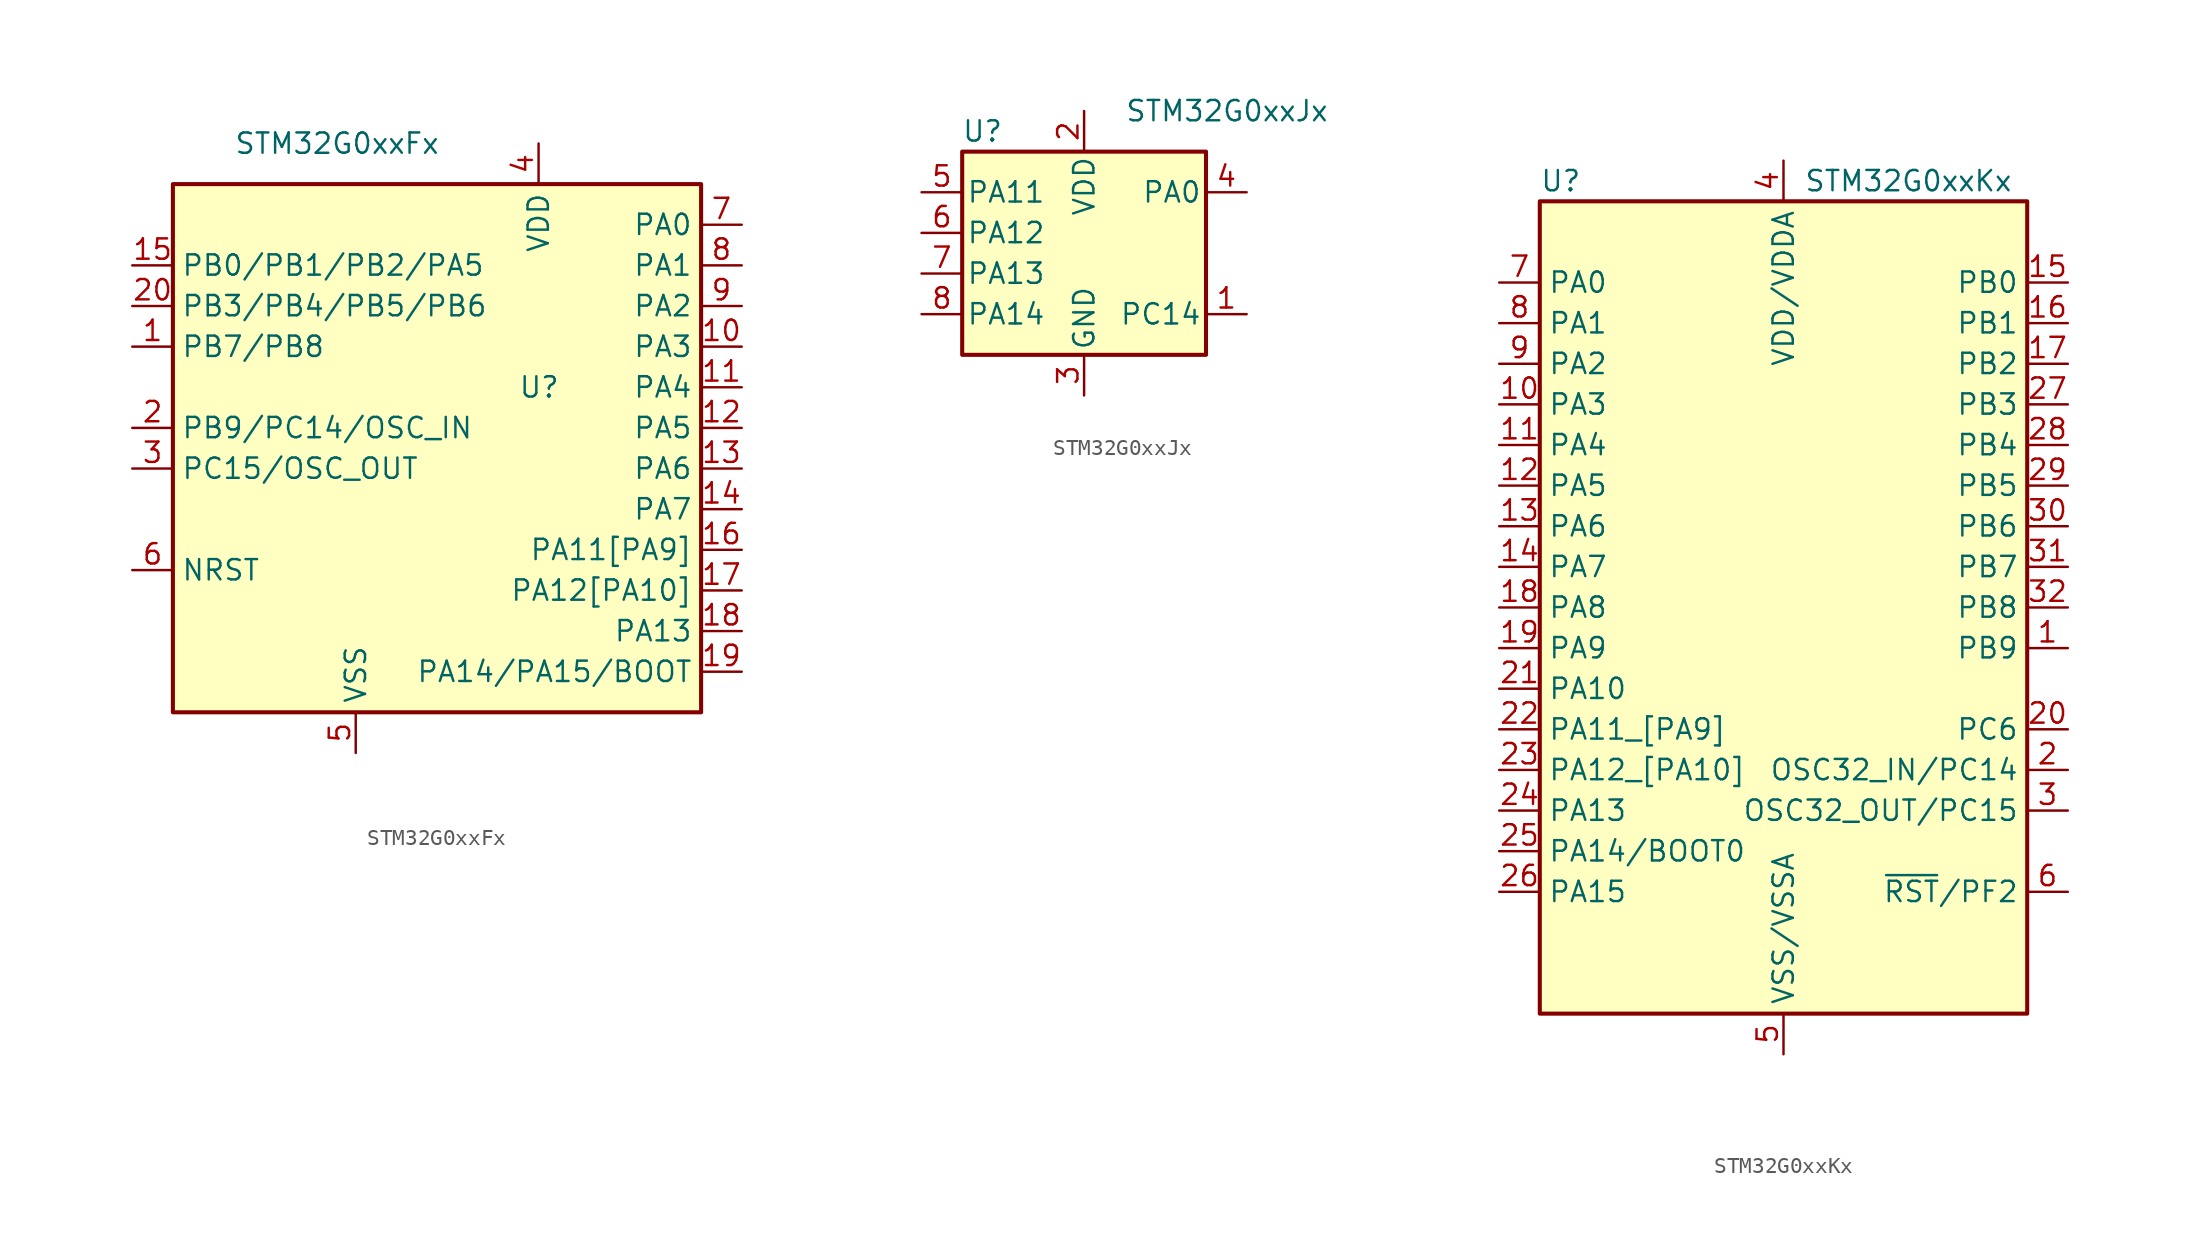
<source format=kicad_sym>
(kicad_symbol_lib
  (version 20220914)
  (generator kicad_symbol_editor)
  (symbol "STM32G0xxFx"
    (property "Reference" "U"
      (at -1.27 2.54 0)
      (effects (font (size 1.27 1.27)) (justify left)))
    (property "Value" "STM32G0xxFx"
      (at -19.05 17.78 0)
      (effects (font (size 1.27 1.27)) (justify left)))
    (symbol "STM32G0xxFx_0_1"
      (rectangle (start -22.86 15.24) (end 10.16 -17.78) (stroke (width 0.254) (type default)) (fill (type background))))
    (symbol "STM32G0xxFx_1_1"
      (pin bidirectional line (at -25.4 5.08 0) (length 2.54) (name "PB7/PB8" (effects (font (size 1.27 1.27)))) (number "1" (effects (font (size 1.27 1.27)))))
      (pin bidirectional line (at 12.7 5.08 180) (length 2.54) (name "PA3" (effects (font (size 1.27 1.27)))) (number "10" (effects (font (size 1.27 1.27)))))
      (pin bidirectional line (at 12.7 2.54 180) (length 2.54) (name "PA4" (effects (font (size 1.27 1.27)))) (number "11" (effects (font (size 1.27 1.27)))))
      (pin bidirectional line (at 12.7 0 180) (length 2.54) (name "PA5" (effects (font (size 1.27 1.27)))) (number "12" (effects (font (size 1.27 1.27)))))
      (pin bidirectional line (at 12.7 -2.54 180) (length 2.54) (name "PA6" (effects (font (size 1.27 1.27)))) (number "13" (effects (font (size 1.27 1.27)))))
      (pin bidirectional line (at 12.7 -5.08 180) (length 2.54) (name "PA7" (effects (font (size 1.27 1.27)))) (number "14" (effects (font (size 1.27 1.27)))))
      (pin bidirectional line (at -25.4 10.16 0) (length 2.54) (name "PB0/PB1/PB2/PA5" (effects (font (size 1.27 1.27)))) (number "15" (effects (font (size 1.27 1.27)))))
      (pin bidirectional line (at 12.7 -7.62 180) (length 2.54) (name "PA11[PA9]" (effects (font (size 1.27 1.27)))) (number "16" (effects (font (size 1.27 1.27)))))
      (pin bidirectional line (at 12.7 -10.16 180) (length 2.54) (name "PA12[PA10]" (effects (font (size 1.27 1.27)))) (number "17" (effects (font (size 1.27 1.27)))))
      (pin bidirectional line (at 12.7 -12.7 180) (length 2.54) (name "PA13" (effects (font (size 1.27 1.27)))) (number "18" (effects (font (size 1.27 1.27)))))
      (pin bidirectional line (at 12.7 -15.24 180) (length 2.54) (name "PA14/PA15/BOOT" (effects (font (size 1.27 1.27)))) (number "19" (effects (font (size 1.27 1.27)))))
      (pin bidirectional line (at -25.4 0 0) (length 2.54) (name "PB9/PC14/OSC_IN" (effects (font (size 1.27 1.27)))) (number "2" (effects (font (size 1.27 1.27)))))
      (pin bidirectional line (at -25.4 7.62 0) (length 2.54) (name "PB3/PB4/PB5/PB6" (effects (font (size 1.27 1.27)))) (number "20" (effects (font (size 1.27 1.27)))))
      (pin bidirectional line (at -25.4 -2.54 0) (length 2.54) (name "PC15/OSC_OUT" (effects (font (size 1.27 1.27)))) (number "3" (effects (font (size 1.27 1.27)))))
      (pin power_in line (at 0 17.78 270) (length 2.54) (name "VDD" (effects (font (size 1.27 1.27)))) (number "4" (effects (font (size 1.27 1.27)))))
      (pin power_in line (at -11.43 -20.32 90) (length 2.54) (name "VSS" (effects (font (size 1.27 1.27)))) (number "5" (effects (font (size 1.27 1.27)))))
      (pin bidirectional line (at -25.4 -8.89 0) (length 2.54) (name "NRST" (effects (font (size 1.27 1.27)))) (number "6" (effects (font (size 1.27 1.27)))))
      (pin bidirectional line (at 12.7 12.7 180) (length 2.54) (name "PA0" (effects (font (size 1.27 1.27)))) (number "7" (effects (font (size 1.27 1.27)))))
      (pin bidirectional line (at 12.7 10.16 180) (length 2.54) (name "PA1" (effects (font (size 1.27 1.27)))) (number "8" (effects (font (size 1.27 1.27)))))
      (pin bidirectional line (at 12.7 7.62 180) (length 2.54) (name "PA2" (effects (font (size 1.27 1.27)))) (number "9" (effects (font (size 1.27 1.27)))))))
  (symbol "STM32G0xxJx"
    (pin_names
      (offset 0.254))
    (property "Reference" "U"
      (at -6.35 6.35 0)
      (effects (font (size 1.27 1.27))))
    (property "Value" "STM32G0xxJx"
      (at 2.54 7.62 0)
      (effects (font (size 1.27 1.27)) (justify left)))
    (symbol "STM32G0xxJx_0_1"
      (rectangle (start -7.62 5.08) (end 7.62 -7.62) (stroke (width 0.254) (type default)) (fill (type background))))
    (symbol "STM32G0xxJx_1_1"
      (pin bidirectional line (at 10.16 -5.08 180) (length 2.54) (name "PC14" (effects (font (size 1.27 1.27)))) (number "1" (effects (font (size 1.27 1.27)))))
      (pin power_in line (at 0 7.62 270) (length 2.54) (name "VDD" (effects (font (size 1.27 1.27)))) (number "2" (effects (font (size 1.27 1.27)))))
      (pin power_in line (at 0 -10.16 90) (length 2.54) (name "GND" (effects (font (size 1.27 1.27)))) (number "3" (effects (font (size 1.27 1.27)))))
      (pin bidirectional line (at 10.16 2.54 180) (length 2.54) (name "PA0" (effects (font (size 1.27 1.27)))) (number "4" (effects (font (size 1.27 1.27)))))
      (pin bidirectional line (at -10.16 2.54 0) (length 2.54) (name "PA11" (effects (font (size 1.27 1.27)))) (number "5" (effects (font (size 1.27 1.27)))))
      (pin bidirectional line (at -10.16 0 0) (length 2.54) (name "PA12" (effects (font (size 1.27 1.27)))) (number "6" (effects (font (size 1.27 1.27)))))
      (pin bidirectional line (at -10.16 -2.54 0) (length 2.54) (name "PA13" (effects (font (size 1.27 1.27)))) (number "7" (effects (font (size 1.27 1.27)))))
      (pin bidirectional line (at -10.16 -5.08 0) (length 2.54) (name "PA14" (effects (font (size 1.27 1.27)))) (number "8" (effects (font (size 1.27 1.27)))))))
  (symbol "STM32G0xxKx"
    (property "Reference" "U"
      (at -15.24 26.67 0)
      (effects (font (size 1.27 1.27)) (justify left)))
    (property "Value" "STM32G0xxKx"
      (at 1.27 26.67 0)
      (effects (font (size 1.27 1.27)) (justify left)))
    (symbol "STM32G0xxKx_0_1"
      (rectangle (start -15.24 25.4) (end 15.24 -25.4) (stroke (width 0.254) (type default)) (fill (type background))))
    (symbol "STM32G0xxKx_1_1"
      (pin bidirectional line (at 17.78 -2.54 180) (length 2.54) (name "PB9" (effects (font (size 1.27 1.27)))) (number "1" (effects (font (size 1.27 1.27)))))
      (pin bidirectional line (at -17.78 12.7 0) (length 2.54) (name "PA3" (effects (font (size 1.27 1.27)))) (number "10" (effects (font (size 1.27 1.27)))))
      (pin bidirectional line (at -17.78 10.16 0) (length 2.54) (name "PA4" (effects (font (size 1.27 1.27)))) (number "11" (effects (font (size 1.27 1.27)))))
      (pin bidirectional line (at -17.78 7.62 0) (length 2.54) (name "PA5" (effects (font (size 1.27 1.27)))) (number "12" (effects (font (size 1.27 1.27)))))
      (pin bidirectional line (at -17.78 5.08 0) (length 2.54) (name "PA6" (effects (font (size 1.27 1.27)))) (number "13" (effects (font (size 1.27 1.27)))))
      (pin bidirectional line (at -17.78 2.54 0) (length 2.54) (name "PA7" (effects (font (size 1.27 1.27)))) (number "14" (effects (font (size 1.27 1.27)))))
      (pin bidirectional line (at 17.78 20.32 180) (length 2.54) (name "PB0" (effects (font (size 1.27 1.27)))) (number "15" (effects (font (size 1.27 1.27)))))
      (pin bidirectional line (at 17.78 17.78 180) (length 2.54) (name "PB1" (effects (font (size 1.27 1.27)))) (number "16" (effects (font (size 1.27 1.27)))))
      (pin bidirectional line (at 17.78 15.24 180) (length 2.54) (name "PB2" (effects (font (size 1.27 1.27)))) (number "17" (effects (font (size 1.27 1.27)))))
      (pin bidirectional line (at -17.78 0 0) (length 2.54) (name "PA8" (effects (font (size 1.27 1.27)))) (number "18" (effects (font (size 1.27 1.27)))))
      (pin bidirectional line (at -17.78 -2.54 0) (length 2.54) (name "PA9" (effects (font (size 1.27 1.27)))) (number "19" (effects (font (size 1.27 1.27)))))
      (pin bidirectional line (at 17.78 -10.16 180) (length 2.54) (name "OSC32_IN/PC14" (effects (font (size 1.27 1.27)))) (number "2" (effects (font (size 1.27 1.27)))))
      (pin bidirectional line (at 17.78 -7.62 180) (length 2.54) (name "PC6" (effects (font (size 1.27 1.27)))) (number "20" (effects (font (size 1.27 1.27)))))
      (pin bidirectional line (at -17.78 -5.08 0) (length 2.54) (name "PA10" (effects (font (size 1.27 1.27)))) (number "21" (effects (font (size 1.27 1.27)))))
      (pin bidirectional line (at -17.78 -7.62 0) (length 2.54) (name "PA11_[PA9]" (effects (font (size 1.27 1.27)))) (number "22" (effects (font (size 1.27 1.27)))))
      (pin bidirectional line (at -17.78 -10.16 0) (length 2.54) (name "PA12_[PA10]" (effects (font (size 1.27 1.27)))) (number "23" (effects (font (size 1.27 1.27)))))
      (pin bidirectional line (at -17.78 -12.7 0) (length 2.54) (name "PA13" (effects (font (size 1.27 1.27)))) (number "24" (effects (font (size 1.27 1.27)))))
      (pin bidirectional line (at -17.78 -15.24 0) (length 2.54) (name "PA14/BOOT0" (effects (font (size 1.27 1.27)))) (number "25" (effects (font (size 1.27 1.27)))))
      (pin bidirectional line (at -17.78 -17.78 0) (length 2.54) (name "PA15" (effects (font (size 1.27 1.27)))) (number "26" (effects (font (size 1.27 1.27)))))
      (pin bidirectional line (at 17.78 12.7 180) (length 2.54) (name "PB3" (effects (font (size 1.27 1.27)))) (number "27" (effects (font (size 1.27 1.27)))))
      (pin bidirectional line (at 17.78 10.16 180) (length 2.54) (name "PB4" (effects (font (size 1.27 1.27)))) (number "28" (effects (font (size 1.27 1.27)))))
      (pin bidirectional line (at 17.78 7.62 180) (length 2.54) (name "PB5" (effects (font (size 1.27 1.27)))) (number "29" (effects (font (size 1.27 1.27)))))
      (pin bidirectional line (at 17.78 -12.7 180) (length 2.54) (name "OSC32_OUT/PC15" (effects (font (size 1.27 1.27)))) (number "3" (effects (font (size 1.27 1.27)))))
      (pin bidirectional line (at 17.78 5.08 180) (length 2.54) (name "PB6" (effects (font (size 1.27 1.27)))) (number "30" (effects (font (size 1.27 1.27)))))
      (pin bidirectional line (at 17.78 2.54 180) (length 2.54) (name "PB7" (effects (font (size 1.27 1.27)))) (number "31" (effects (font (size 1.27 1.27)))))
      (pin bidirectional line (at 17.78 0 180) (length 2.54) (name "PB8" (effects (font (size 1.27 1.27)))) (number "32" (effects (font (size 1.27 1.27)))))
      (pin passive line (at 0 -27.94 90) (length 2.54) hide (name "VSS/VSSA" (effects (font (size 1.27 1.27)))) (number "33" (effects (font (size 1.27 1.27)))))
      (pin power_in line (at 0 27.94 270) (length 2.54) (name "VDD/VDDA" (effects (font (size 1.27 1.27)))) (number "4" (effects (font (size 1.27 1.27)))))
      (pin power_in line (at 0 -27.94 90) (length 2.54) (name "VSS/VSSA" (effects (font (size 1.27 1.27)))) (number "5" (effects (font (size 1.27 1.27)))))
      (pin bidirectional line (at 17.78 -17.78 180) (length 2.54) (name "~{RST}/PF2" (effects (font (size 1.27 1.27)))) (number "6" (effects (font (size 1.27 1.27)))))
      (pin bidirectional line (at -17.78 20.32 0) (length 2.54) (name "PA0" (effects (font (size 1.27 1.27)))) (number "7" (effects (font (size 1.27 1.27)))))
      (pin bidirectional line (at -17.78 17.78 0) (length 2.54) (name "PA1" (effects (font (size 1.27 1.27)))) (number "8" (effects (font (size 1.27 1.27)))))
      (pin bidirectional line (at -17.78 15.24 0) (length 2.54) (name "PA2" (effects (font (size 1.27 1.27)))) (number "9" (effects (font (size 1.27 1.27))))))))
</source>
